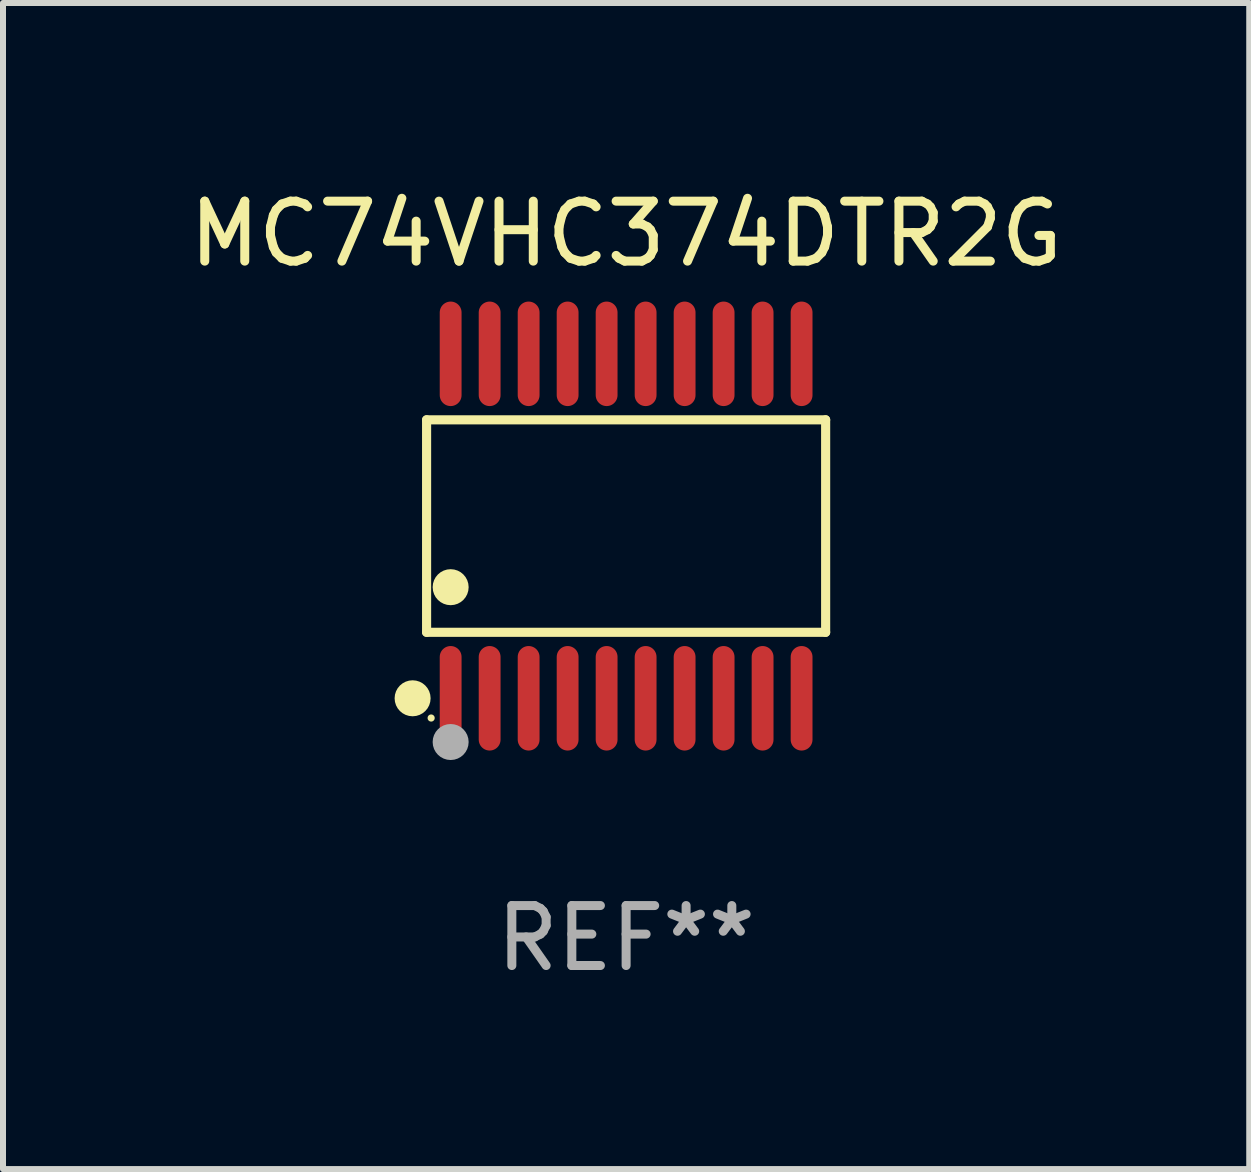
<source format=kicad_pcb>
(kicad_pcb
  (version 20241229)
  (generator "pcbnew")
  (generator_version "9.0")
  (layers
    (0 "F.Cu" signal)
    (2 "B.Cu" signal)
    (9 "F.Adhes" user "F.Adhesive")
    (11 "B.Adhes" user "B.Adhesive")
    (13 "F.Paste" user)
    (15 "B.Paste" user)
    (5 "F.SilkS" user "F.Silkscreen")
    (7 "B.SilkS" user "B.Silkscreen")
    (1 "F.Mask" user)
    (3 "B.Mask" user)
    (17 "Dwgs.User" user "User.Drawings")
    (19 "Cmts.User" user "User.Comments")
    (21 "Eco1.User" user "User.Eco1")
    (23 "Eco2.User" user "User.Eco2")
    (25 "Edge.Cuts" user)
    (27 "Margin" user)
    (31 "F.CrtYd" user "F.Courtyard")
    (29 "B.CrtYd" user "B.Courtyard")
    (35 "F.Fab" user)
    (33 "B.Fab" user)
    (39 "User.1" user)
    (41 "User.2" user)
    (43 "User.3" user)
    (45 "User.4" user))
  (footprint "MC74VHC374DTR2G"
    (layer "F.Cu")
    (at 7.387 5.719)
    (property "Reference" "MC74VHC374DTR2G" (at 0 -4.871 0) (layer "F.SilkS") (effects (font (size 1 1) (thickness 0.15))))
    (attr through_hole)
    (fp_line (start -3.326 -1.771) (end 3.326 -1.771) (stroke (width 0.152) (type solid)) (layer "F.SilkS"))
    (fp_line (start -3.326 1.771) (end -3.326 -1.771) (stroke (width 0.152) (type solid)) (layer "F.SilkS"))
    (fp_line (start 3.326 -1.771) (end 3.326 1.771) (stroke (width 0.152) (type solid)) (layer "F.SilkS"))
    (fp_line (start 3.326 1.771) (end -3.326 1.771) (stroke (width 0.152) (type solid)) (layer "F.SilkS"))
    (fp_circle (center -3.559 2.871) (end -3.409 2.871) (stroke (width 0.3) (type solid)) (fill no) (layer "F.SilkS"))
    (fp_circle (center -3.25 3.2) (end -3.22 3.2) (stroke (width 0.06) (type solid)) (fill no) (layer "F.SilkS"))
    (fp_circle (center -2.925 1.019) (end -2.775 1.019) (stroke (width 0.3) (type solid)) (fill no) (layer "F.SilkS"))
    (fp_circle (center -2.925 3.6) (end -2.775 3.6) (stroke (width 0.3) (type solid)) (fill no) (layer "F.Fab"))
    (fp_text user "REF**" (at 0 6.871 0) (layer "F.Fab") (effects (font (size 1 1) (thickness 0.15))))
    (pad "1" smd oval (at -2.925 2.871) (size 0.364 1.742) (layers "F.Cu" "F.Mask" "F.Paste"))
    (pad "2" smd oval (at -2.275 2.871) (size 0.364 1.742) (layers "F.Cu" "F.Mask" "F.Paste"))
    (pad "3" smd oval (at -1.625 2.871) (size 0.364 1.742) (layers "F.Cu" "F.Mask" "F.Paste"))
    (pad "4" smd oval (at -0.975 2.871) (size 0.364 1.742) (layers "F.Cu" "F.Mask" "F.Paste"))
    (pad "5" smd oval (at -0.325 2.871) (size 0.364 1.742) (layers "F.Cu" "F.Mask" "F.Paste"))
    (pad "6" smd oval (at 0.325 2.871) (size 0.364 1.742) (layers "F.Cu" "F.Mask" "F.Paste"))
    (pad "7" smd oval (at 0.975 2.871) (size 0.364 1.742) (layers "F.Cu" "F.Mask" "F.Paste"))
    (pad "8" smd oval (at 1.625 2.871) (size 0.364 1.742) (layers "F.Cu" "F.Mask" "F.Paste"))
    (pad "9" smd oval (at 2.275 2.871) (size 0.364 1.742) (layers "F.Cu" "F.Mask" "F.Paste"))
    (pad "10" smd oval (at 2.925 2.871) (size 0.364 1.742) (layers "F.Cu" "F.Mask" "F.Paste"))
    (pad "11" smd oval (at 2.925 -2.871) (size 0.364 1.742) (layers "F.Cu" "F.Mask" "F.Paste"))
    (pad "12" smd oval (at 2.275 -2.871) (size 0.364 1.742) (layers "F.Cu" "F.Mask" "F.Paste"))
    (pad "13" smd oval (at 1.625 -2.871) (size 0.364 1.742) (layers "F.Cu" "F.Mask" "F.Paste"))
    (pad "14" smd oval (at 0.975 -2.871) (size 0.364 1.742) (layers "F.Cu" "F.Mask" "F.Paste"))
    (pad "15" smd oval (at 0.325 -2.871) (size 0.364 1.742) (layers "F.Cu" "F.Mask" "F.Paste"))
    (pad "16" smd oval (at -0.325 -2.871) (size 0.364 1.742) (layers "F.Cu" "F.Mask" "F.Paste"))
    (pad "17" smd oval (at -0.975 -2.871) (size 0.364 1.742) (layers "F.Cu" "F.Mask" "F.Paste"))
    (pad "18" smd oval (at -1.625 -2.871) (size 0.364 1.742) (layers "F.Cu" "F.Mask" "F.Paste"))
    (pad "19" smd oval (at -2.275 -2.871) (size 0.364 1.742) (layers "F.Cu" "F.Mask" "F.Paste"))
    (pad "20" smd oval (at -2.925 -2.871) (size 0.364 1.742) (layers "F.Cu" "F.Mask" "F.Paste")))
  (gr_rect
    (start -3 -3)
    (end 17.774 16.438)
    (stroke (width 0.1) (type default))
    (fill no)
    (layer "Edge.Cuts")))
</source>
